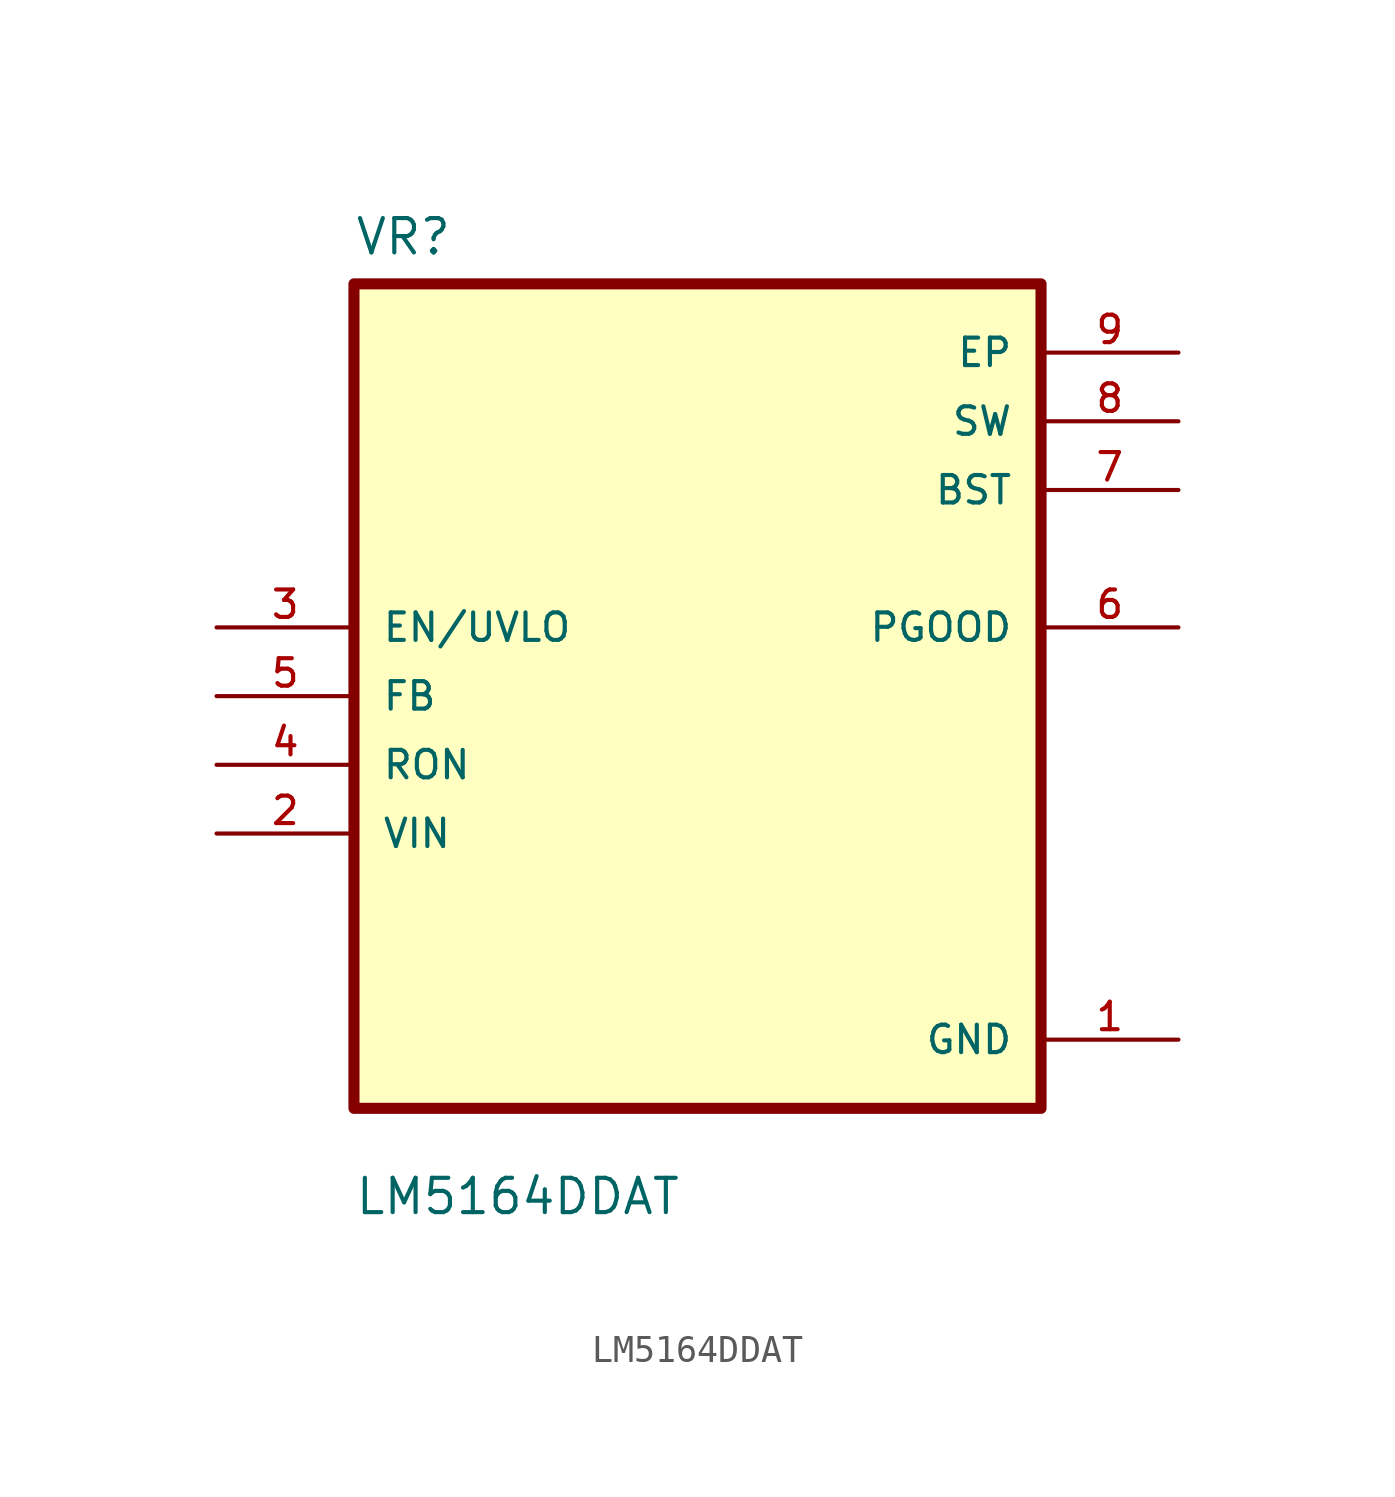
<source format=kicad_sym>
(kicad_symbol_lib
  (version 20211014)
  (generator kicad_symbol_editor)
  (symbol "LM5164DDAT"
    (pin_names
      (offset 1.016))
    (property "Reference" "VR"
      (at -12.7 16.24 0.0)
      (effects (font (size 1.27 1.27)) (justify bottom left)))
    (property "Value" "LM5164DDAT"
      (at -12.7 -19.24 0.0)
      (effects (font (size 1.27 1.27)) (justify bottom left)))
    (symbol "LM5164DDAT_0_0"
      (rectangle (start -12.7 -15.24) (end 12.7 15.24) (stroke (width 0.41)) (fill (type background)))
      (pin input line (at -17.78 2.54 0) (length 5.08) (name "EN/UVLO" (effects (font (size 1.016 1.016)))) (number "3" (effects (font (size 1.016 1.016)))))
      (pin input line (at -17.78 0.0 0) (length 5.08) (name "FB" (effects (font (size 1.016 1.016)))) (number "5" (effects (font (size 1.016 1.016)))))
      (pin input line (at -17.78 -2.54 0) (length 5.08) (name "RON" (effects (font (size 1.016 1.016)))) (number "4" (effects (font (size 1.016 1.016)))))
      (pin input line (at -17.78 -5.08 0) (length 5.08) (name "VIN" (effects (font (size 1.016 1.016)))) (number "2" (effects (font (size 1.016 1.016)))))
      (pin power_in line (at 17.78 12.7 180.0) (length 5.08) (name "EP" (effects (font (size 1.016 1.016)))) (number "9" (effects (font (size 1.016 1.016)))))
      (pin power_in line (at 17.78 10.16 180.0) (length 5.08) (name "SW" (effects (font (size 1.016 1.016)))) (number "8" (effects (font (size 1.016 1.016)))))
      (pin power_in line (at 17.78 7.62 180.0) (length 5.08) (name "BST" (effects (font (size 1.016 1.016)))) (number "7" (effects (font (size 1.016 1.016)))))
      (pin output line (at 17.78 2.54 180.0) (length 5.08) (name "PGOOD" (effects (font (size 1.016 1.016)))) (number "6" (effects (font (size 1.016 1.016)))))
      (pin power_in line (at 17.78 -12.7 180.0) (length 5.08) (name "GND" (effects (font (size 1.016 1.016)))) (number "1" (effects (font (size 1.016 1.016))))))))
</source>
